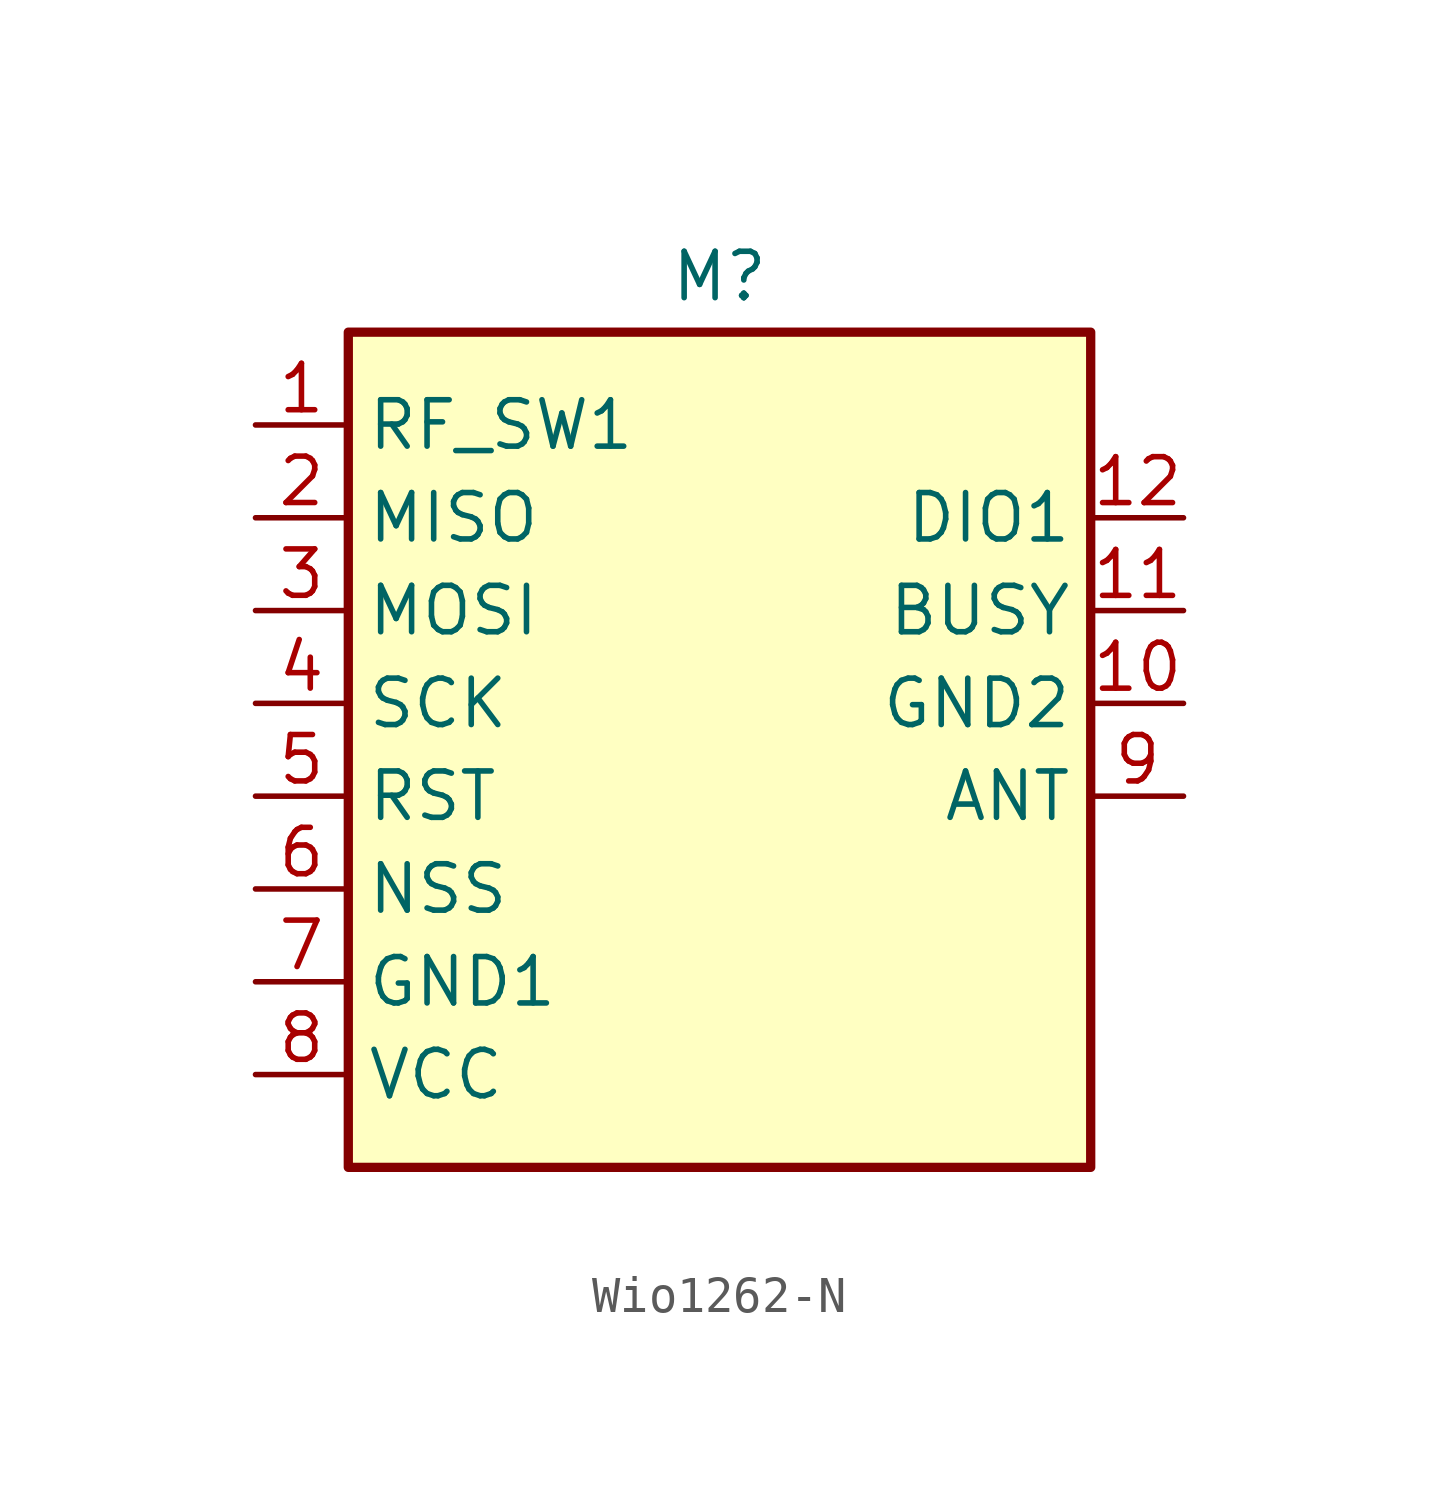
<source format=kicad_sym>
(kicad_symbol_lib
  (version 20241209)
  (generator "kicad_symbol_editor")
  (generator_version "9.0")
  (symbol "Wio1262-N"
    (property "Reference" "M"
      (at 0 11.684 0)
      (effects (font (size 1.27 1.27))))
    (symbol "Wio1262-N_1_0"
      (rectangle (start -10.16 10.16) (end 10.16 -12.7) (stroke (width 0.254) (type solid)) (fill (type background)))
      (pin input line (at -12.7 7.62 0) (length 2.515) (name "RF_SW1" (effects (font (size 1.27 1.27)))) (number "1" (effects (font (size 1.27 1.27)))))
      (pin output line (at -12.7 5.08 0) (length 2.515) (name "MISO" (effects (font (size 1.27 1.27)))) (number "2" (effects (font (size 1.27 1.27)))))
      (pin input line (at -12.7 2.54 0) (length 2.515) (name "MOSI" (effects (font (size 1.27 1.27)))) (number "3" (effects (font (size 1.27 1.27)))))
      (pin input line (at -12.7 0 0) (length 2.515) (name "SCK" (effects (font (size 1.27 1.27)))) (number "4" (effects (font (size 1.27 1.27)))))
      (pin input line (at -12.7 -2.54 0) (length 2.515) (name "RST" (effects (font (size 1.27 1.27)))) (number "5" (effects (font (size 1.27 1.27)))))
      (pin input line (at -12.7 -5.08 0) (length 2.515) (name "NSS" (effects (font (size 1.27 1.27)))) (number "6" (effects (font (size 1.27 1.27)))))
      (pin power_in line (at -12.7 -7.62 0) (length 2.515) (name "GND1" (effects (font (size 1.27 1.27)))) (number "7" (effects (font (size 1.27 1.27)))))
      (pin power_in line (at -12.7 -10.16 0) (length 2.515) (name "VCC" (effects (font (size 1.27 1.27)))) (number "8" (effects (font (size 1.27 1.27)))))
      (pin bidirectional line (at 12.7 5.08 180) (length 2.515) (name "DIO1" (effects (font (size 1.27 1.27)))) (number "12" (effects (font (size 1.257 1.257)))))
      (pin output line (at 12.7 2.54 180) (length 2.515) (name "BUSY" (effects (font (size 1.27 1.27)))) (number "11" (effects (font (size 1.257 1.257)))))
      (pin power_in line (at 12.7 0 180) (length 2.515) (name "GND2" (effects (font (size 1.27 1.27)))) (number "10" (effects (font (size 1.257 1.257)))))
      (pin output line (at 12.7 -2.54 180) (length 2.515) (name "ANT" (effects (font (size 1.27 1.27)))) (number "9" (effects (font (size 1.27 1.27))))))))
</source>
